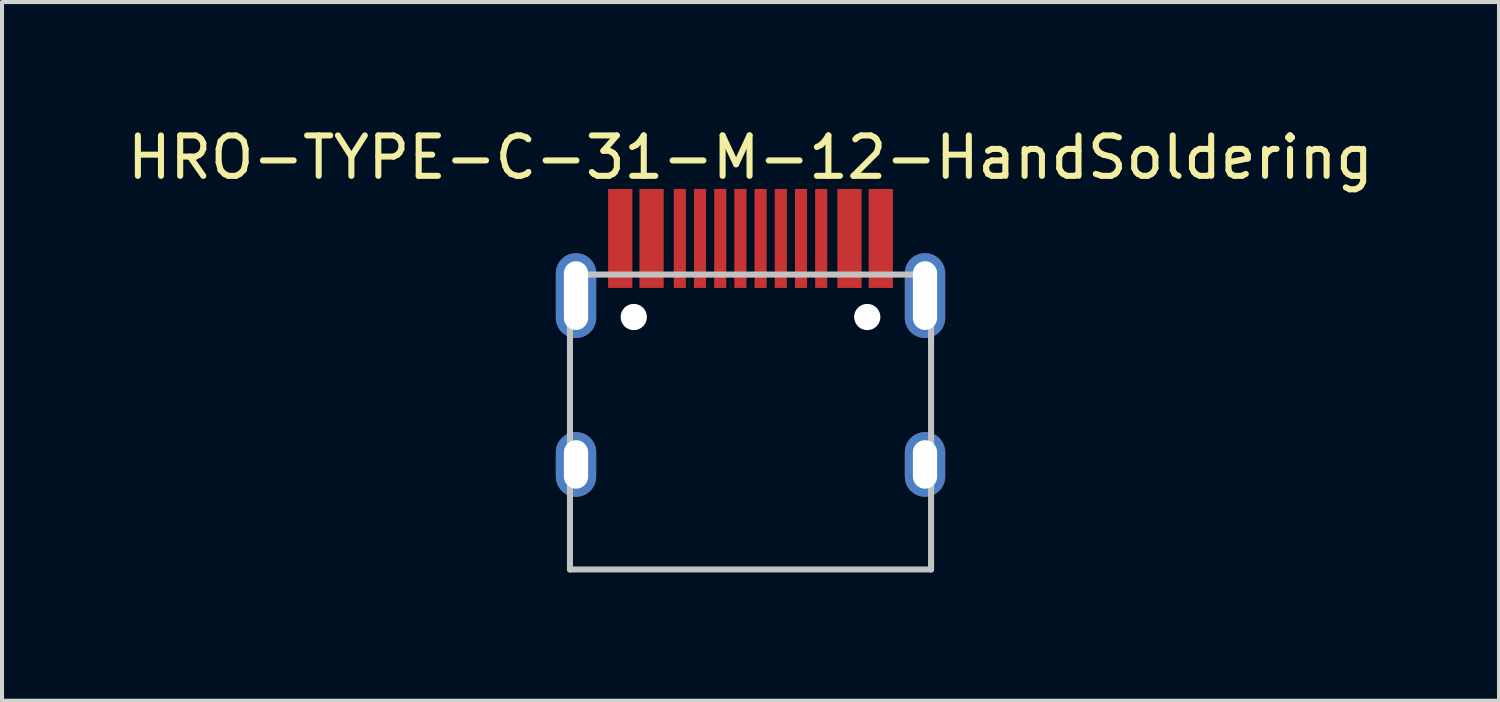
<source format=kicad_pcb>
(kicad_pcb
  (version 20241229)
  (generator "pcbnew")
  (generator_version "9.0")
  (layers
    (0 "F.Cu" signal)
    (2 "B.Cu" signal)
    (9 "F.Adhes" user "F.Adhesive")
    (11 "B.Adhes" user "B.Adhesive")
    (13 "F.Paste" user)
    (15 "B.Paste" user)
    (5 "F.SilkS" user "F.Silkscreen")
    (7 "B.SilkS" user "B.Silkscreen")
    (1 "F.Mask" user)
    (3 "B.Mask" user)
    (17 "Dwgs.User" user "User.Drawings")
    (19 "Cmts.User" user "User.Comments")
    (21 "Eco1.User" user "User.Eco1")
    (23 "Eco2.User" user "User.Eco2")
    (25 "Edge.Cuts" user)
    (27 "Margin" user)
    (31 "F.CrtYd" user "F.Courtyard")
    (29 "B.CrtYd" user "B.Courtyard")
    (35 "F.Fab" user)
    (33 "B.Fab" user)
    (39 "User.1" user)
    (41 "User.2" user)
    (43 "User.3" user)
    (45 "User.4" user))
  (footprint "HRO-TYPE-C-31-M-12-HandSoldering"
    (layer "F.Cu")
    (at 15.53 11.048)
    (property "Reference" "HRO-TYPE-C-31-M-12-HandSoldering" (at 0 -10.2 0) (layer "F.SilkS") (effects (font (size 1 1) (thickness 0.15))))
    (attr smd)
    (fp_line (start -4.47 -7.3) (end 4.47 -7.3) (stroke (width 0.15) (type solid)) (layer "Dwgs.User"))
    (fp_line (start -4.47 0) (end -4.47 -7.3) (stroke (width 0.15) (type solid)) (layer "Dwgs.User"))
    (fp_line (start -4.47 0) (end 4.47 0) (stroke (width 0.15) (type solid)) (layer "Dwgs.User"))
    (fp_line (start 4.47 0) (end 4.47 -7.3) (stroke (width 0.15) (type solid)) (layer "Dwgs.User"))
    (pad "" np_thru_hole circle (at -2.89 -6.25) (size 0.65 0.65) (drill 0.65) (layers "*.Cu" "*.Mask"))
    (pad "" np_thru_hole circle (at 2.89 -6.25) (size 0.65 0.65) (drill 0.65) (layers "*.Cu" "*.Mask"))
    (pad "1" smd rect (at -3.225 -8.195) (size 0.6 2.45) (layers "F.Cu" "F.Mask" "F.Paste"))
    (pad "2" smd rect (at -2.45 -8.195) (size 0.6 2.45) (layers "F.Cu" "F.Mask" "F.Paste"))
    (pad "3" smd rect (at -1.75 -8.195) (size 0.3 2.45) (layers "F.Cu" "F.Mask" "F.Paste"))
    (pad "4" smd rect (at -1.25 -8.195) (size 0.3 2.45) (layers "F.Cu" "F.Mask" "F.Paste"))
    (pad "5" smd rect (at -0.75 -8.195) (size 0.3 2.45) (layers "F.Cu" "F.Mask" "F.Paste"))
    (pad "6" smd rect (at -0.25 -8.195) (size 0.3 2.45) (layers "F.Cu" "F.Mask" "F.Paste"))
    (pad "7" smd rect (at 0.25 -8.195) (size 0.3 2.45) (layers "F.Cu" "F.Mask" "F.Paste"))
    (pad "8" smd rect (at 0.75 -8.195) (size 0.3 2.45) (layers "F.Cu" "F.Mask" "F.Paste"))
    (pad "9" smd rect (at 1.25 -8.195) (size 0.3 2.45) (layers "F.Cu" "F.Mask" "F.Paste"))
    (pad "10" smd rect (at 1.75 -8.195) (size 0.3 2.45) (layers "F.Cu" "F.Mask" "F.Paste"))
    (pad "11" smd rect (at 2.45 -8.195) (size 0.6 2.45) (layers "F.Cu" "F.Mask" "F.Paste"))
    (pad "12" smd rect (at 3.225 -8.195) (size 0.6 2.45) (layers "F.Cu" "F.Mask" "F.Paste"))
    (pad "13" thru_hole oval (at -4.32 -6.78) (size 1 2.1) (drill oval 0.6 1.7) (layers "*.Cu" "B.Mask"))
    (pad "13" thru_hole oval (at -4.32 -2.6) (size 1 1.6) (drill oval 0.6 1.2) (layers "*.Cu" "B.Mask"))
    (pad "13" thru_hole oval (at 4.32 -6.78) (size 1 2.1) (drill oval 0.6 1.7) (layers "*.Cu" "B.Mask"))
    (pad "13" thru_hole oval (at 4.32 -2.6) (size 1 1.6) (drill oval 0.6 1.2) (layers "*.Cu" "B.Mask")))
  (gr_rect
    (start -3 -3)
    (end 34.06 14.298)
    (stroke (width 0.1) (type default))
    (fill no)
    (layer "Edge.Cuts")))
</source>
